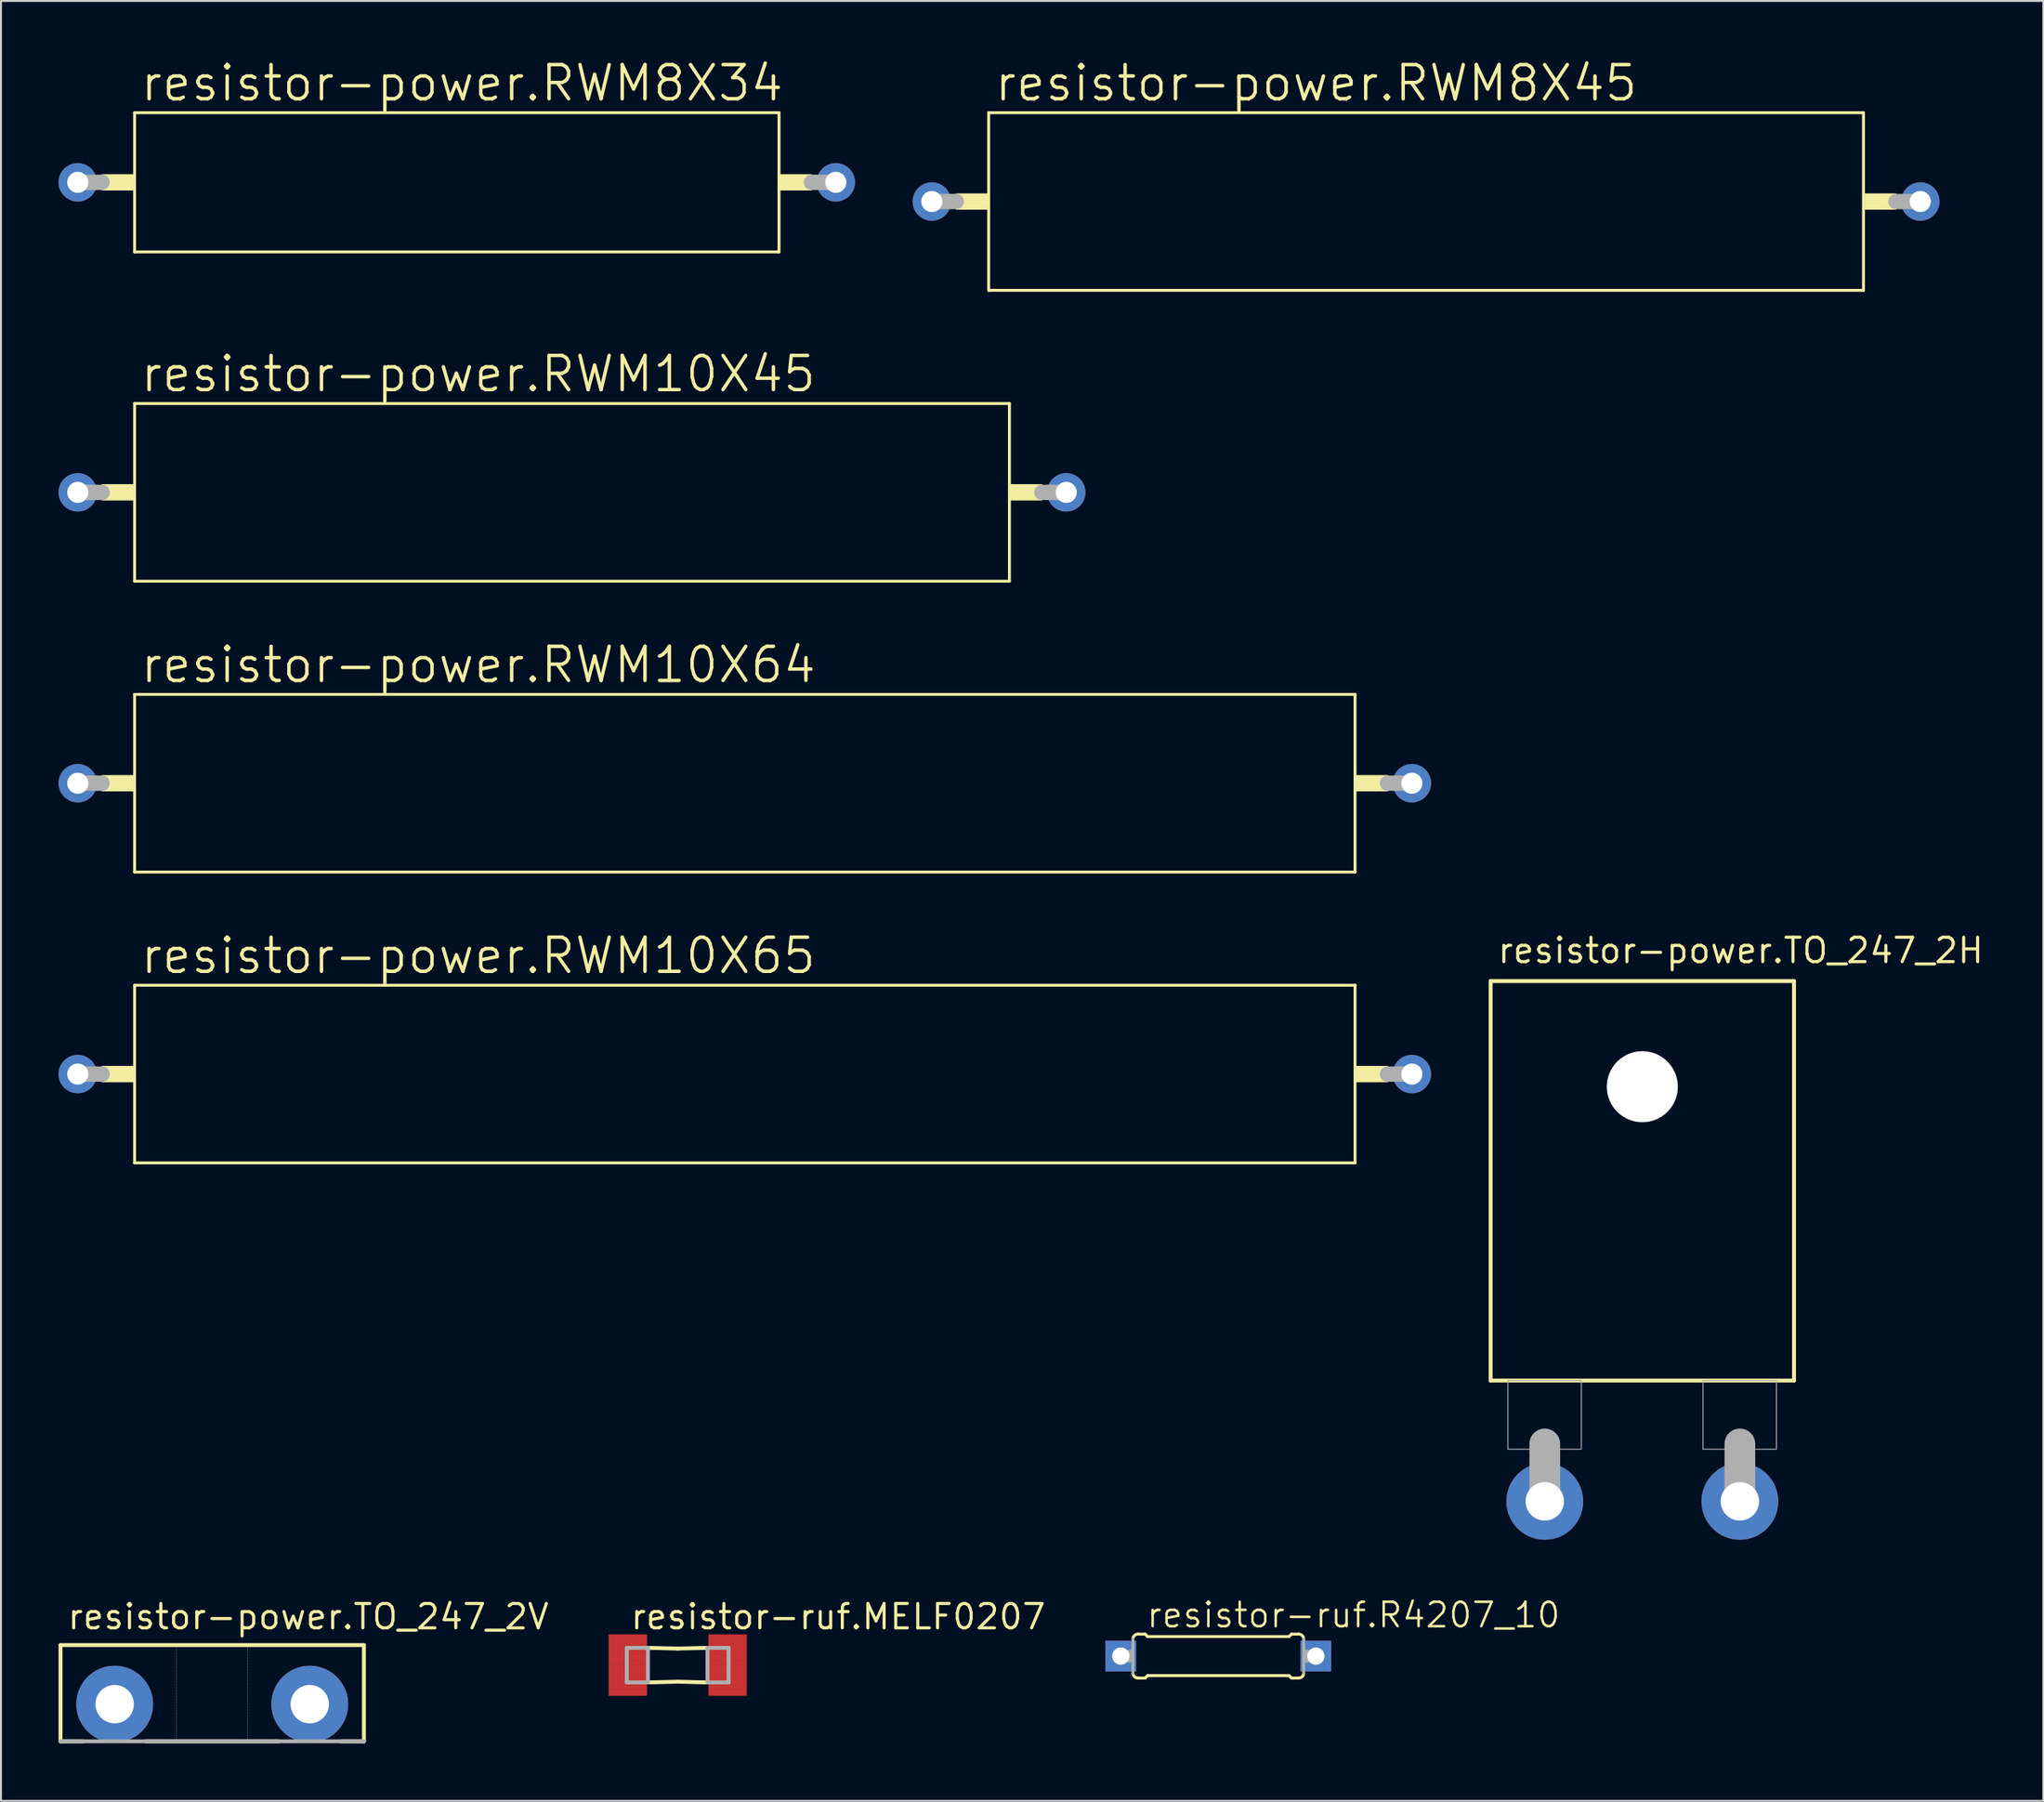
<source format=kicad_pcb>
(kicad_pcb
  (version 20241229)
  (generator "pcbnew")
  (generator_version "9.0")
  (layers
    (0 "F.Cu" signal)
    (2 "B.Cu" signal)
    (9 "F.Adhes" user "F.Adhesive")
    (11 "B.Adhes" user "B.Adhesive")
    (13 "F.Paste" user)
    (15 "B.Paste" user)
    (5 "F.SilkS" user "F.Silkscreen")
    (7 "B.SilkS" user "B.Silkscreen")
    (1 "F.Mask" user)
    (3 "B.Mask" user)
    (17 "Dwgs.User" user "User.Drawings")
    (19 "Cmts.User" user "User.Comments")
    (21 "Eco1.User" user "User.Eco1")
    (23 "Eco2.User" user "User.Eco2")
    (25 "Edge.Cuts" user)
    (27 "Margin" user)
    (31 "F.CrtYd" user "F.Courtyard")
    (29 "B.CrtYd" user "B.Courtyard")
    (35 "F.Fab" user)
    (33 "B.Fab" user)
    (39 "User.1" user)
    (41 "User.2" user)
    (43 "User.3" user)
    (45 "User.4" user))
  (footprint "resistor-power.TO_247_2H"
    (layer "F.Cu")
    (at 82.482 53.533)
    (property "Reference" "resistor-power.TO_247_2H" (at -7.62 -6.35 0) (layer "F.SilkS") (effects (font (size 1.27 1.27) (thickness 0.16)) (justify left bottom)))
    (attr through_hole)
    (fp_line (start -7.9 -5.5) (end 7.9 -5.5) (stroke (width 0.203) (type default)) (layer "F.SilkS"))
    (fp_line (start -7.9 15.3) (end -7.9 -5.5) (stroke (width 0.203) (type default)) (layer "F.SilkS"))
    (fp_line (start -7.9 15.3) (end 7.9 15.3) (stroke (width 0.203) (type default)) (layer "F.SilkS"))
    (fp_line (start 7.9 -5.5) (end 7.9 15.3) (stroke (width 0.203) (type default)) (layer "F.SilkS"))
    (fp_line (start -5.08 21.59) (end -5.08 18.6) (stroke (width 1.6) (type default)) (layer "F.Fab"))
    (fp_line (start 5.08 21.59) (end 5.08 18.6) (stroke (width 1.6) (type default)) (layer "F.Fab"))
    (fp_rect (start -7 18.875) (end -3.175 15.3) (stroke (width 0.05) (type default)) (fill no) (layer "F.Fab"))
    (fp_rect (start 3.16 18.875) (end 6.985 15.3) (stroke (width 0.05) (type default)) (fill no) (layer "F.Fab"))
    (pad "" np_thru_hole circle (at 0 0) (size 3.7 3.7) (drill 3.7) (layers "*.Cu" "*.Mask"))
    (pad "1" thru_hole circle (at -5.08 21.59) (size 4 4) (drill 2) (layers "*.Cu" "*.Mask"))
    (pad "2" thru_hole circle (at 5.08 21.59) (size 4 4) (drill 2) (layers "*.Cu" "*.Mask")))
  (footprint "resistor-ruf.MELF0207"
    (layer "F.Cu")
    (at 32.245 83.651)
    (property "Reference" "resistor-ruf.MELF0207" (at -2.54 -1.778 0) (layer "F.SilkS") (effects (font (size 1.27 1.27) (thickness 0.16)) (justify left bottom)))
    (attr smd)
    (fp_line (start -1.55 0.9) (end 0 0.862) (stroke (width 0.203) (type default)) (layer "F.SilkS"))
    (fp_line (start 0 -0.862) (end -1.55 -0.9) (stroke (width 0.203) (type default)) (layer "F.SilkS"))
    (fp_line (start 0 0.862) (end 1.55 0.9) (stroke (width 0.203) (type default)) (layer "F.SilkS"))
    (fp_line (start 1.55 -0.9) (end 0 -0.862) (stroke (width 0.203) (type default)) (layer "F.SilkS"))
    (fp_line (start -2.65 -0.9) (end -2.65 0.9) (stroke (width 0.203) (type default)) (layer "F.Fab"))
    (fp_line (start -2.65 0.9) (end -1.55 0.9) (stroke (width 0.203) (type default)) (layer "F.Fab"))
    (fp_line (start -1.55 -0.9) (end -2.65 -0.9) (stroke (width 0.203) (type default)) (layer "F.Fab"))
    (fp_line (start -1.55 -0.9) (end -1.55 0.9) (stroke (width 0.203) (type default)) (layer "F.Fab"))
    (fp_line (start 1.55 0.9) (end 1.55 -0.9) (stroke (width 0.203) (type default)) (layer "F.Fab"))
    (fp_line (start 1.55 0.9) (end 2.65 0.9) (stroke (width 0.203) (type default)) (layer "F.Fab"))
    (fp_line (start 2.65 -0.9) (end 1.55 -0.9) (stroke (width 0.203) (type default)) (layer "F.Fab"))
    (fp_line (start 2.65 0.9) (end 2.65 -0.9) (stroke (width 0.203) (type default)) (layer "F.Fab"))
    (pad "1A" smd roundrect (at -2.6 0.8) (size 2 1.6) (layers "F.Cu" "F.Mask" "F.Paste") (roundrect_rratio 0.01))
    (pad "1B" smd roundrect (at -2.6 -0.8) (size 2 1.6) (layers "F.Cu" "F.Mask" "F.Paste") (roundrect_rratio 0.01))
    (pad "2A" smd roundrect (at 2.6 0.8) (size 2 1.6) (layers "F.Cu" "F.Mask" "F.Paste") (roundrect_rratio 0.01))
    (pad "2B" smd roundrect (at 2.6 -0.8) (size 2 1.6) (layers "F.Cu" "F.Mask" "F.Paste") (roundrect_rratio 0.01)))
  (footprint "resistor-ruf.R4207_10"
    (layer "F.Cu")
    (at 60.401 83.18)
    (property "Reference" "resistor-ruf.R4207_10" (at -3.81 -1.397 0) (layer "F.SilkS") (effects (font (size 1.27 1.27) (thickness 0.13)) (justify left bottom)))
    (attr smd)
    (fp_line (start -4.191 -1.143) (end -3.81 -1.143) (stroke (width 0.152) (type default)) (layer "F.SilkS"))
    (fp_line (start -4.191 1.143) (end -3.81 1.143) (stroke (width 0.152) (type default)) (layer "F.SilkS"))
    (fp_line (start -3.683 -1.016) (end -3.81 -1.143) (stroke (width 0.152) (type default)) (layer "F.SilkS"))
    (fp_line (start -3.683 1.016) (end -3.81 1.143) (stroke (width 0.152) (type default)) (layer "F.SilkS"))
    (fp_line (start 3.683 -1.016) (end -3.683 -1.016) (stroke (width 0.152) (type default)) (layer "F.SilkS"))
    (fp_line (start 3.683 -1.016) (end 3.81 -1.143) (stroke (width 0.152) (type default)) (layer "F.SilkS"))
    (fp_line (start 3.683 1.016) (end -3.683 1.016) (stroke (width 0.152) (type default)) (layer "F.SilkS"))
    (fp_line (start 3.683 1.016) (end 3.81 1.143) (stroke (width 0.152) (type default)) (layer "F.SilkS"))
    (fp_line (start 4.191 -1.143) (end 3.81 -1.143) (stroke (width 0.152) (type default)) (layer "F.SilkS"))
    (fp_line (start 4.191 1.143) (end 3.81 1.143) (stroke (width 0.152) (type default)) (layer "F.SilkS"))
    (fp_arc (start -4.445 -0.889) (mid -4.370605 -1.068605) (end -4.191 -1.143) (stroke (width 0.1524) (type default)) (layer "F.SilkS"))
    (fp_arc (start -4.191 1.143) (mid -4.370605 1.068605) (end -4.445 0.889) (stroke (width 0.1524) (type default)) (layer "F.SilkS"))
    (fp_arc (start 4.191 -1.143) (mid 4.370605 -1.068605) (end 4.445 -0.889) (stroke (width 0.1524) (type default)) (layer "F.SilkS"))
    (fp_arc (start 4.445 0.889) (mid 4.370605 1.068605) (end 4.191 1.143) (stroke (width 0.1524) (type default)) (layer "F.SilkS"))
    (fp_line (start -5.08 0) (end -4.699 0) (stroke (width 0.61) (type default)) (layer "F.Fab"))
    (fp_line (start -4.445 0.889) (end -4.445 -0.889) (stroke (width 0.152) (type default)) (layer "F.Fab"))
    (fp_line (start 4.445 0.889) (end 4.445 -0.889) (stroke (width 0.152) (type default)) (layer "F.Fab"))
    (fp_line (start 4.699 0) (end 5.08 0) (stroke (width 0.61) (type default)) (layer "F.Fab"))
    (fp_rect (start -4.699 0.305) (end -4.445 -0.305) (stroke (width 0.05) (type default)) (fill no) (layer "F.Fab"))
    (fp_rect (start 4.445 0.305) (end 4.699 -0.305) (stroke (width 0.05) (type default)) (fill no) (layer "F.Fab"))
    (pad "" np_thru_hole circle (at -5.08 0) (size 0.9 0.9) (drill 0.9) (layers "*.Cu" "*.Mask"))
    (pad "" np_thru_hole circle (at 5.08 0) (size 0.9 0.9) (drill 0.9) (layers "*.Cu" "*.Mask"))
    (pad "A1" smd roundrect (at -5.08 0) (size 1.6 1.6) (layers "F.Cu" "F.Mask" "F.Paste") (roundrect_rratio 0.01))
    (pad "A2" smd roundrect (at 5.08 0) (size 1.6 1.6) (layers "F.Cu" "F.Mask" "F.Paste") (roundrect_rratio 0.01))
    (pad "B1" smd roundrect (at -5.08 0) (size 1.6 1.6) (layers "B.Cu" "B.Mask" "B.Paste") (roundrect_rratio 0.01))
    (pad "B2" smd roundrect (at 5.08 0) (size 1.6 1.6) (layers "B.Cu" "B.Mask" "B.Paste") (roundrect_rratio 0.01)))
  (footprint "resistor-power.RWM10X65"
    (layer "F.Cu")
    (at 35.74 52.876)
    (property "Reference" "resistor-power.RWM10X65" (at -31.565 -5.125 0) (layer "F.SilkS") (effects (font (size 1.778 1.778) (thickness 0.18)) (justify left bottom)))
    (attr through_hole)
    (fp_line (start -31.78 -4.625) (end -31.78 4.625) (stroke (width 0.152) (type default)) (layer "F.SilkS"))
    (fp_line (start -31.78 4.625) (end 31.78 4.625) (stroke (width 0.152) (type default)) (layer "F.SilkS"))
    (fp_line (start 31.78 -4.625) (end -31.78 -4.625) (stroke (width 0.152) (type default)) (layer "F.SilkS"))
    (fp_line (start 31.78 4.625) (end 31.78 -4.625) (stroke (width 0.152) (type default)) (layer "F.SilkS"))
    (fp_rect (start -33.47 0.4) (end -31.855 -0.4) (stroke (width 0.05) (type default)) (fill yes) (layer "F.SilkS"))
    (fp_rect (start 31.855 0.4) (end 33.47 -0.4) (stroke (width 0.05) (type default)) (fill yes) (layer "F.SilkS"))
    (fp_line (start -34.74 0) (end -33.47 0) (stroke (width 0.8) (type default)) (layer "F.Fab"))
    (fp_line (start 33.47 0) (end 34.74 0) (stroke (width 0.8) (type default)) (layer "F.Fab"))
    (pad "1" thru_hole circle (at -34.74 0) (size 2 2) (drill 1.1) (layers "*.Cu" "*.Mask"))
    (pad "2" thru_hole circle (at 34.74 0) (size 2 2) (drill 1.1) (layers "*.Cu" "*.Mask")))
  (footprint "resistor-power.RWM8X45"
    (layer "F.Cu")
    (at 71.22 7.443)
    (property "Reference" "resistor-power.RWM8X45" (at -22.565 -5.125 0) (layer "F.SilkS") (effects (font (size 1.778 1.778) (thickness 0.18)) (justify left bottom)))
    (attr through_hole)
    (fp_line (start -22.78 -4.625) (end -22.78 4.625) (stroke (width 0.152) (type default)) (layer "F.SilkS"))
    (fp_line (start -22.78 4.625) (end 22.78 4.625) (stroke (width 0.152) (type default)) (layer "F.SilkS"))
    (fp_line (start 22.78 -4.625) (end -22.78 -4.625) (stroke (width 0.152) (type default)) (layer "F.SilkS"))
    (fp_line (start 22.78 4.625) (end 22.78 -4.625) (stroke (width 0.152) (type default)) (layer "F.SilkS"))
    (fp_rect (start -24.47 0.4) (end -22.855 -0.4) (stroke (width 0.05) (type default)) (fill yes) (layer "F.SilkS"))
    (fp_rect (start 22.855 0.4) (end 24.47 -0.4) (stroke (width 0.05) (type default)) (fill yes) (layer "F.SilkS"))
    (fp_line (start -25.74 0) (end -24.47 0) (stroke (width 0.8) (type default)) (layer "F.Fab"))
    (fp_line (start 24.47 0) (end 25.74 0) (stroke (width 0.8) (type default)) (layer "F.Fab"))
    (pad "1" thru_hole circle (at -25.74 0) (size 2 2) (drill 1.1) (layers "*.Cu" "*.Mask"))
    (pad "2" thru_hole circle (at 25.74 0) (size 2 2) (drill 1.1) (layers "*.Cu" "*.Mask")))
  (footprint "resistor-power.RWM8X34"
    (layer "F.Cu")
    (at 20.74 6.443)
    (property "Reference" "resistor-power.RWM8X34" (at -16.565 -4.125 0) (layer "F.SilkS") (effects (font (size 1.778 1.778) (thickness 0.18)) (justify left bottom)))
    (attr through_hole)
    (fp_line (start -16.78 -3.625) (end -16.78 3.625) (stroke (width 0.152) (type default)) (layer "F.SilkS"))
    (fp_line (start -16.78 3.625) (end 16.78 3.625) (stroke (width 0.152) (type default)) (layer "F.SilkS"))
    (fp_line (start 16.78 -3.625) (end -16.78 -3.625) (stroke (width 0.152) (type default)) (layer "F.SilkS"))
    (fp_line (start 16.78 3.625) (end 16.78 -3.625) (stroke (width 0.152) (type default)) (layer "F.SilkS"))
    (fp_rect (start -18.47 0.4) (end -16.855 -0.4) (stroke (width 0.05) (type default)) (fill yes) (layer "F.SilkS"))
    (fp_rect (start 16.855 0.4) (end 18.47 -0.4) (stroke (width 0.05) (type default)) (fill yes) (layer "F.SilkS"))
    (fp_line (start -19.74 0) (end -18.47 0) (stroke (width 0.8) (type default)) (layer "F.Fab"))
    (fp_line (start 18.47 0) (end 19.74 0) (stroke (width 0.8) (type default)) (layer "F.Fab"))
    (pad "1" thru_hole circle (at -19.74 0) (size 2 2) (drill 1.1) (layers "*.Cu" "*.Mask"))
    (pad "2" thru_hole circle (at 19.74 0) (size 2 2) (drill 1.1) (layers "*.Cu" "*.Mask")))
  (footprint "resistor-power.TO_247_2V"
    (layer "F.Cu")
    (at 8.002 85.683)
    (property "Reference" "resistor-power.TO_247_2V" (at -7.62 -3.81 0) (layer "F.SilkS") (effects (font (size 1.27 1.27) (thickness 0.16)) (justify left bottom)))
    (attr through_hole)
    (fp_line (start -7.9 -3.075) (end 7.9 -3.075) (stroke (width 0.203) (type default)) (layer "F.SilkS"))
    (fp_line (start -7.9 1.935) (end -7.9 -3.075) (stroke (width 0.203) (type default)) (layer "F.SilkS"))
    (fp_line (start -7.9 1.935) (end -6.705 1.935) (stroke (width 0.203) (type default)) (layer "F.SilkS"))
    (fp_line (start -3.455 1.935) (end 3.455 1.935) (stroke (width 0.203) (type default)) (layer "F.SilkS"))
    (fp_line (start -1.85 -3) (end -1.85 1.875) (stroke (width 0.01) (type dash)) (layer "F.SilkS"))
    (fp_line (start 1.85 -3.05) (end 1.85 1.875) (stroke (width 0.01) (type dash)) (layer "F.SilkS"))
    (fp_line (start 6.705 1.935) (end 7.9 1.935) (stroke (width 0.203) (type default)) (layer "F.SilkS"))
    (fp_line (start 7.9 -3.075) (end 7.9 1.935) (stroke (width 0.203) (type default)) (layer "F.SilkS"))
    (fp_line (start -7.9 1.935) (end 7.9 1.935) (stroke (width 0.203) (type default)) (layer "F.Fab"))
    (pad "1" thru_hole circle (at -5.08 0) (size 4 4) (drill 2) (layers "*.Cu" "*.Mask"))
    (pad "2" thru_hole circle (at 5.08 0) (size 4 4) (drill 2) (layers "*.Cu" "*.Mask")))
  (footprint "resistor-power.RWM10X64"
    (layer "F.Cu")
    (at 35.74 37.731)
    (property "Reference" "resistor-power.RWM10X64" (at -31.565 -5.125 0) (layer "F.SilkS") (effects (font (size 1.778 1.778) (thickness 0.18)) (justify left bottom)))
    (attr through_hole)
    (fp_line (start -31.78 -4.625) (end -31.78 4.625) (stroke (width 0.152) (type default)) (layer "F.SilkS"))
    (fp_line (start -31.78 4.625) (end 31.78 4.625) (stroke (width 0.152) (type default)) (layer "F.SilkS"))
    (fp_line (start 31.78 -4.625) (end -31.78 -4.625) (stroke (width 0.152) (type default)) (layer "F.SilkS"))
    (fp_line (start 31.78 4.625) (end 31.78 -4.625) (stroke (width 0.152) (type default)) (layer "F.SilkS"))
    (fp_rect (start -33.47 0.4) (end -31.855 -0.4) (stroke (width 0.05) (type default)) (fill yes) (layer "F.SilkS"))
    (fp_rect (start 31.855 0.4) (end 33.47 -0.4) (stroke (width 0.05) (type default)) (fill yes) (layer "F.SilkS"))
    (fp_line (start -34.74 0) (end -33.47 0) (stroke (width 0.8) (type default)) (layer "F.Fab"))
    (fp_line (start 33.47 0) (end 34.74 0) (stroke (width 0.8) (type default)) (layer "F.Fab"))
    (pad "1" thru_hole circle (at -34.74 0) (size 2 2) (drill 1.1) (layers "*.Cu" "*.Mask"))
    (pad "2" thru_hole circle (at 34.74 0) (size 2 2) (drill 1.1) (layers "*.Cu" "*.Mask")))
  (footprint "resistor-power.RWM10X45"
    (layer "F.Cu")
    (at 26.74 22.587)
    (property "Reference" "resistor-power.RWM10X45" (at -22.565 -5.125 0) (layer "F.SilkS") (effects (font (size 1.778 1.778) (thickness 0.18)) (justify left bottom)))
    (attr through_hole)
    (fp_line (start -22.78 -4.625) (end -22.78 4.625) (stroke (width 0.152) (type default)) (layer "F.SilkS"))
    (fp_line (start -22.78 4.625) (end 22.78 4.625) (stroke (width 0.152) (type default)) (layer "F.SilkS"))
    (fp_line (start 22.78 -4.625) (end -22.78 -4.625) (stroke (width 0.152) (type default)) (layer "F.SilkS"))
    (fp_line (start 22.78 4.625) (end 22.78 -4.625) (stroke (width 0.152) (type default)) (layer "F.SilkS"))
    (fp_rect (start -24.47 0.4) (end -22.855 -0.4) (stroke (width 0.05) (type default)) (fill yes) (layer "F.SilkS"))
    (fp_rect (start 22.855 0.4) (end 24.47 -0.4) (stroke (width 0.05) (type default)) (fill yes) (layer "F.SilkS"))
    (fp_line (start -25.74 0) (end -24.47 0) (stroke (width 0.8) (type default)) (layer "F.Fab"))
    (fp_line (start 24.47 0) (end 25.74 0) (stroke (width 0.8) (type default)) (layer "F.Fab"))
    (pad "1" thru_hole circle (at -25.74 0) (size 2 2) (drill 1.1) (layers "*.Cu" "*.Mask"))
    (pad "2" thru_hole circle (at 25.74 0) (size 2 2) (drill 1.1) (layers "*.Cu" "*.Mask")))
  (gr_rect
    (start -3 -3)
    (end 103.367 90.719)
    (stroke (width 0.1) (type default))
    (fill no)
    (layer "Edge.Cuts")))
</source>
